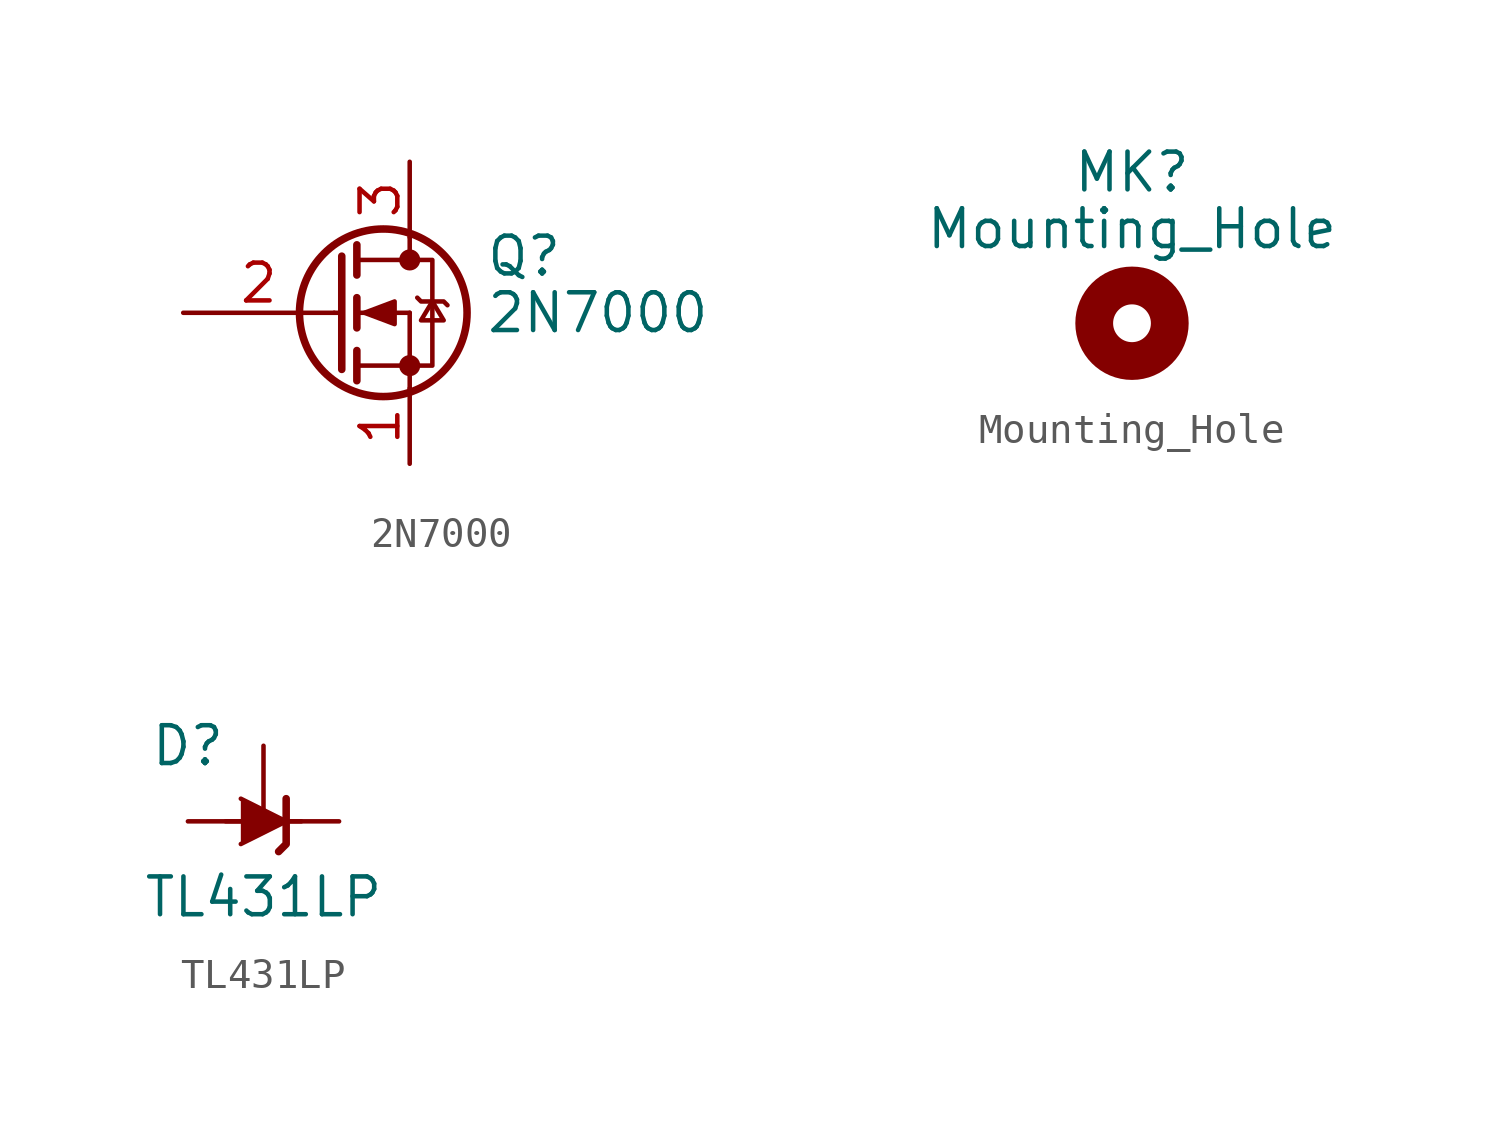
<source format=kicad_sym>
(kicad_symbol_lib
  (version 20220914)
  (generator kicad_symbol_editor)
  (symbol "2N7000"
    (pin_names
      (offset 0) hide)
    (property "Reference" "Q"
      (at 5.08 1.905 0)
      (effects (font (size 1.27 1.27)) (justify left)))
    (property "Value" "2N7000"
      (at 5.08 0 0)
      (effects (font (size 1.27 1.27)) (justify left)))
    (symbol "2N7000_0_1"
      (polyline (pts (xy 0 0) (xy 0.254 0)) (stroke (width 0) (type solid)) (fill (type none)))
      (polyline (pts (xy 0.762 -1.778) (xy 2.54 -1.778)) (stroke (width 0) (type solid)) (fill (type none)))
      (polyline (pts (xy 0.762 -1.27) (xy 0.762 -2.286)) (stroke (width 0.254) (type solid)) (fill (type none)))
      (polyline (pts (xy 0.762 0) (xy 2.54 0)) (stroke (width 0) (type solid)) (fill (type none)))
      (polyline (pts (xy 0.762 0.508) (xy 0.762 -0.508)) (stroke (width 0.254) (type solid)) (fill (type none)))
      (polyline (pts (xy 0.762 1.778) (xy 2.54 1.778)) (stroke (width 0) (type solid)) (fill (type none)))
      (polyline (pts (xy 0.762 2.286) (xy 0.762 1.27)) (stroke (width 0.254) (type solid)) (fill (type none)))
      (polyline (pts (xy 2.54 -1.778) (xy 2.54 -2.54)) (stroke (width 0) (type solid)) (fill (type none)))
      (polyline (pts (xy 2.54 -1.778) (xy 2.54 0)) (stroke (width 0) (type solid)) (fill (type none)))
      (polyline (pts (xy 2.54 2.54) (xy 2.54 1.778)) (stroke (width 0) (type solid)) (fill (type none)))
      (polyline (pts (xy 0.254 1.905) (xy 0.254 -1.905) (xy 0.254 -1.905)) (stroke (width 0.254) (type solid)) (fill (type none)))
      (polyline (pts (xy 1.016 0) (xy 2.032 0.381) (xy 2.032 -0.381) (xy 1.016 0)) (stroke (width 0) (type solid)) (fill (type outline)))
      (polyline (pts (xy 2.54 -1.778) (xy 3.302 -1.778) (xy 3.302 1.778) (xy 2.54 1.778)) (stroke (width 0) (type solid)) (fill (type none)))
      (polyline (pts (xy 2.794 0.508) (xy 2.921 0.381) (xy 3.683 0.381) (xy 3.81 0.254)) (stroke (width 0) (type solid)) (fill (type none)))
      (polyline (pts (xy 3.302 0.381) (xy 2.921 -0.254) (xy 3.683 -0.254) (xy 3.302 0.381)) (stroke (width 0) (type solid)) (fill (type none)))
      (circle (center 1.651 0) (radius 2.819) (stroke (width 0.254) (type solid)) (fill (type none)))
      (circle (center 2.54 -1.778) (radius 0.279) (stroke (width 0) (type solid)) (fill (type outline)))
      (circle (center 2.54 1.778) (radius 0.279) (stroke (width 0) (type solid)) (fill (type outline))))
    (symbol "2N7000_1_1"
      (pin passive line (at 2.54 -5.08 90) (length 2.54) (name "S" (effects (font (size 1.27 1.27)))) (number "1" (effects (font (size 1.27 1.27)))))
      (pin input line (at -5.08 0 0) (length 5.08) (name "G" (effects (font (size 1.27 1.27)))) (number "2" (effects (font (size 1.27 1.27)))))
      (pin passive line (at 2.54 5.08 270) (length 2.54) (name "D" (effects (font (size 1.27 1.27)))) (number "3" (effects (font (size 1.27 1.27)))))))
  (symbol "Mounting_Hole"
    (pin_names
      (offset 1.016))
    (property "Reference" "MK"
      (at 0 5.08 0)
      (effects (font (size 1.27 1.27))))
    (property "Value" "Mounting_Hole"
      (at 0 3.175 0)
      (effects (font (size 1.27 1.27))))
    (symbol "Mounting_Hole_0_1"
      (circle (center 0 0) (radius 1.27) (stroke (width 1.27) (type solid)) (fill (type none)))))
  (symbol "TL431LP"
    (pin_numbers hide)
    (pin_names
      (offset 1.016) hide)
    (property "Reference" "D"
      (at -2.54 2.54 0)
      (effects (font (size 1.27 1.27))))
    (property "Value" "TL431LP"
      (at 0 -2.54 0)
      (effects (font (size 1.27 1.27))))
    (symbol "TL431LP_0_1"
      (polyline (pts (xy -1.27 0) (xy 0 0) (xy 1.27 0)) (stroke (width 0) (type solid)) (fill (type none)))
      (polyline (pts (xy -0.762 0.762) (xy 0.762 0) (xy -0.762 -0.762)) (stroke (width 0) (type solid)) (fill (type outline)))
      (polyline (pts (xy 0.508 -1.016) (xy 0.762 -0.762) (xy 0.762 0.762) (xy 0.762 0.762)) (stroke (width 0.254) (type solid)) (fill (type none))))
    (symbol "TL431LP_1_1"
      (pin passive line (at 0 2.54 270) (length 2.54) (name "REF" (effects (font (size 1.27 1.27)))) (number "1" (effects (font (size 1.27 1.27)))))
      (pin passive line (at -2.54 0 0) (length 2.54) (name "A" (effects (font (size 1.27 1.27)))) (number "2" (effects (font (size 1.27 1.27)))))
      (pin passive line (at 2.54 0 180) (length 2.54) (name "K" (effects (font (size 1.27 1.27)))) (number "3" (effects (font (size 1.27 1.27))))))))
</source>
